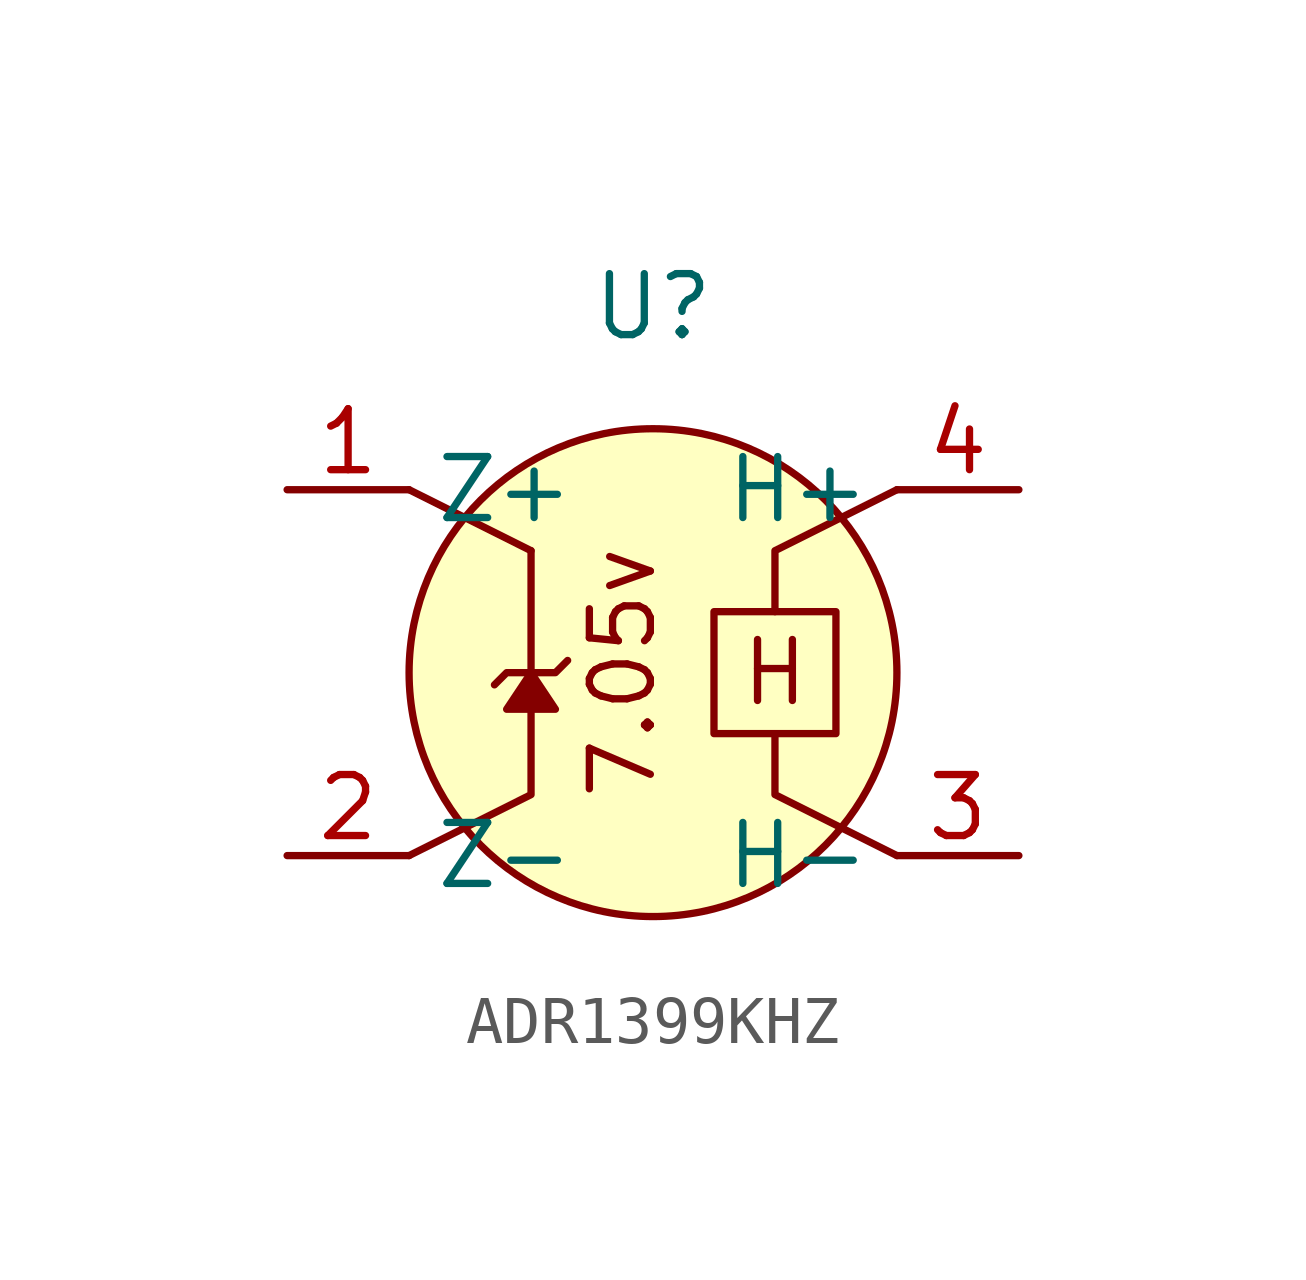
<source format=kicad_sym>
(kicad_symbol_lib
  (version 20220914)
  (generator kicad_symbol_editor)
  (symbol "ADR1399KHZ"
    (property "Reference" "U"
      (at 0 7.62 0)
      (effects (font (size 1.27 1.27))))
    (property "Value" ""
      (at 0 0 0)
      (effects (font (size 1.27 1.27))))
    (symbol "ADR1399KHZ_0_1"
      (polyline (pts (xy -2.54 2.54) (xy -5.08 3.81)) (stroke (width 0) (type default)) (fill (type none))))
    (symbol "ADR1399KHZ_1_1"
      (polyline (pts (xy -2.54 2.54) (xy -2.54 0)) (stroke (width 0) (type default)) (fill (type none)))
      (polyline (pts (xy -5.08 -3.81) (xy -2.54 -2.54) (xy -2.54 -0.762)) (stroke (width 0) (type default)) (fill (type none)))
      (polyline (pts (xy -2.54 0) (xy -3.048 0) (xy -3.302 -0.254)) (stroke (width 0) (type default)) (fill (type none)))
      (polyline (pts (xy -2.54 0) (xy -2.032 0) (xy -1.778 0.254)) (stroke (width 0) (type default)) (fill (type none)))
      (polyline (pts (xy 5.08 -3.81) (xy 2.54 -2.54) (xy 2.54 -1.27)) (stroke (width 0) (type default)) (fill (type none)))
      (polyline (pts (xy 5.08 3.81) (xy 2.54 2.54) (xy 2.54 1.27)) (stroke (width 0) (type default)) (fill (type none)))
      (polyline (pts (xy -2.54 0) (xy -3.048 -0.762) (xy -2.032 -0.762) (xy -2.54 0)) (stroke (width 0) (type default)) (fill (type outline)))
      (circle (center 0 0) (radius 5.08) (stroke (width 0) (type default)) (fill (type background)))
      (text "7.05v" (at -0.635 0 900) (effects (font (size 1.27 1.27))))
      (text_box "H" (at 1.27 1.27 0) (size 2.54 -2.54) (stroke (width 0) (type default)) (fill (type none)) (effects (font (size 1.27 1.27))))
      (pin input line (at -7.62 3.81 0) (length 2.54) (name "Z+" (effects (font (size 1.27 1.27)))) (number "1" (effects (font (size 1.27 1.27)))))
      (pin input line (at -7.62 -3.81 0) (length 2.54) (name "Z-" (effects (font (size 1.27 1.27)))) (number "2" (effects (font (size 1.27 1.27)))))
      (pin input line (at 7.62 -3.81 180) (length 2.54) (name "H-" (effects (font (size 1.27 1.27)))) (number "3" (effects (font (size 1.27 1.27)))))
      (pin input line (at 7.62 3.81 180) (length 2.54) (name "H+" (effects (font (size 1.27 1.27)))) (number "4" (effects (font (size 1.27 1.27))))))))
</source>
